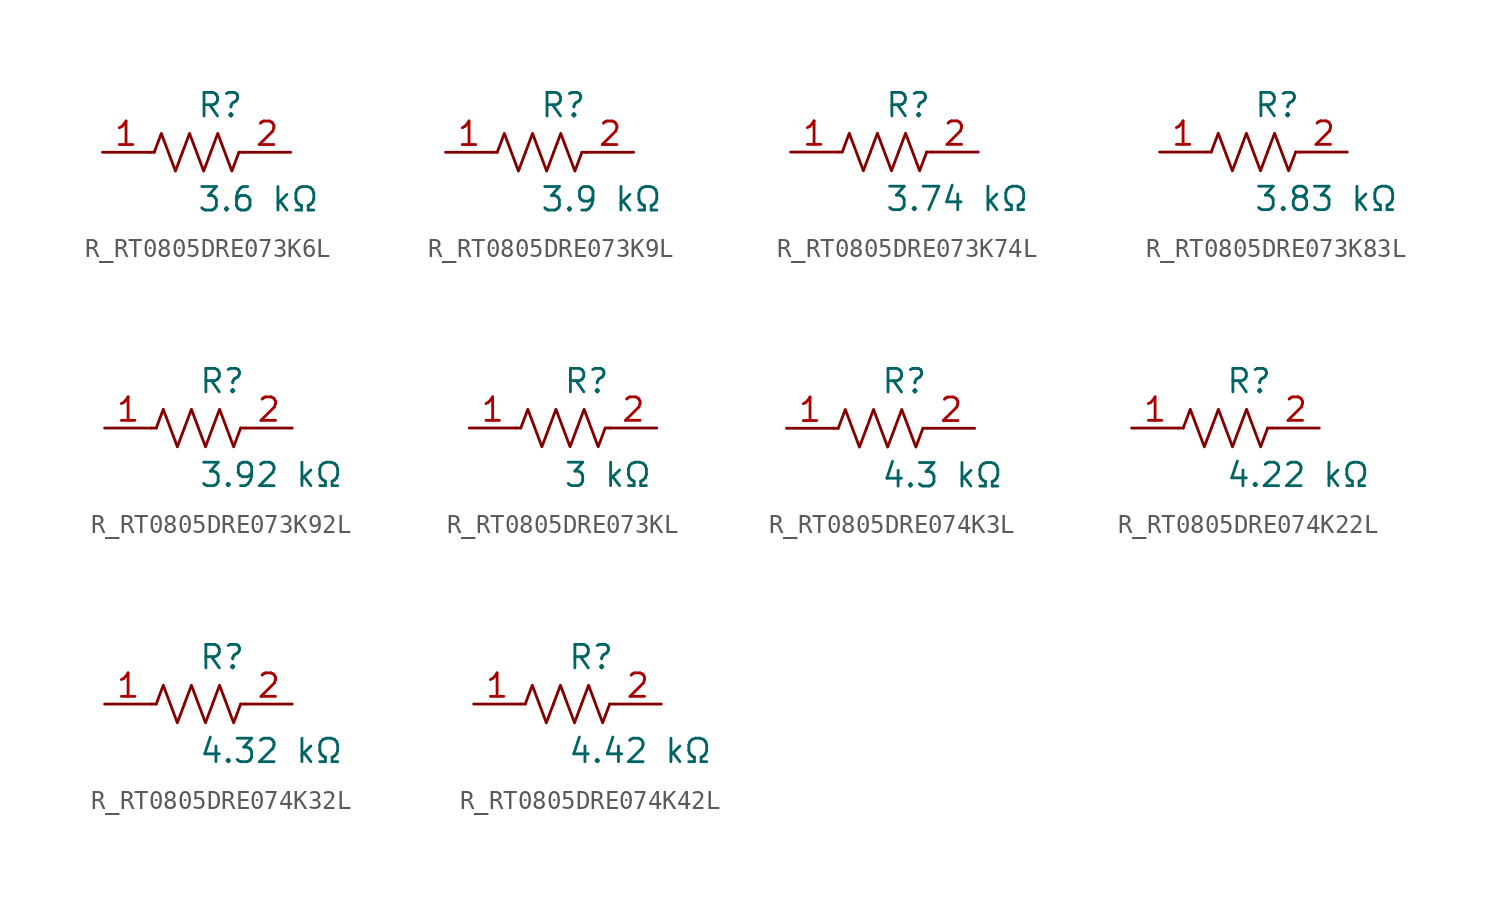
<source format=kicad_sym>
(kicad_symbol_lib
  (version 20231120)
  (generator kicad_symbol_editor)
  (generator_version 8.0)
  (symbol "R_RT0805DRE073K6L"
    (pin_names
      (offset 0.254))
    (property "Reference" "R"
      (at 0.0 2.54 0)
      (effects (font (size 1.27 1.27)) (justify left)))
    (property "Value" "3.6 kΩ"
      (at 0.0 -2.54 0)
      (effects (font (size 1.27 1.27)) (justify left)))
    (symbol "R_RT0805DRE073K6L_0_1"
      (polyline (pts (xy 2.286 0) (xy 2.54 0)) (stroke (width 0) (type default)) (fill (type none)))
      (polyline (pts (xy -2.286 0) (xy -2.54 0)) (stroke (width 0) (type default)) (fill (type none)))
      (polyline (pts (xy 0.762 0) (xy 1.143 1.016) (xy 1.524 0) (xy 1.905 -1.016) (xy 2.286 0)) (stroke (width 0) (type default)) (fill (type none)))
      (polyline (pts (xy -0.762 0) (xy -0.381 1.016) (xy 0 0) (xy 0.381 -1.016) (xy 0.762 0)) (stroke (width 0) (type default)) (fill (type none)))
      (polyline (pts (xy -2.286 0) (xy -1.905 1.016) (xy -1.524 0) (xy -1.143 -1.016) (xy -0.762 0)) (stroke (width 0) (type default)) (fill (type none))))
    (pin unspecified line
      (at -5.08 0 0)
      (length 2.54)
      (name "" (effects (font (size 1.27 1.27))))
      (number "1" (effects (font (size 1.27 1.27)))))
    (pin unspecified line
      (at 5.08 0 180)
      (length 2.54)
      (name "" (effects (font (size 1.27 1.27))))
      (number "2" (effects (font (size 1.27 1.27))))))
  (symbol "R_RT0805DRE073K9L"
    (pin_names
      (offset 0.254))
    (property "Reference" "R"
      (at 0.0 2.54 0)
      (effects (font (size 1.27 1.27)) (justify left)))
    (property "Value" "3.9 kΩ"
      (at 0.0 -2.54 0)
      (effects (font (size 1.27 1.27)) (justify left)))
    (symbol "R_RT0805DRE073K9L_0_1"
      (polyline (pts (xy 2.286 0) (xy 2.54 0)) (stroke (width 0) (type default)) (fill (type none)))
      (polyline (pts (xy -2.286 0) (xy -2.54 0)) (stroke (width 0) (type default)) (fill (type none)))
      (polyline (pts (xy 0.762 0) (xy 1.143 1.016) (xy 1.524 0) (xy 1.905 -1.016) (xy 2.286 0)) (stroke (width 0) (type default)) (fill (type none)))
      (polyline (pts (xy -0.762 0) (xy -0.381 1.016) (xy 0 0) (xy 0.381 -1.016) (xy 0.762 0)) (stroke (width 0) (type default)) (fill (type none)))
      (polyline (pts (xy -2.286 0) (xy -1.905 1.016) (xy -1.524 0) (xy -1.143 -1.016) (xy -0.762 0)) (stroke (width 0) (type default)) (fill (type none))))
    (pin unspecified line
      (at -5.08 0 0)
      (length 2.54)
      (name "" (effects (font (size 1.27 1.27))))
      (number "1" (effects (font (size 1.27 1.27)))))
    (pin unspecified line
      (at 5.08 0 180)
      (length 2.54)
      (name "" (effects (font (size 1.27 1.27))))
      (number "2" (effects (font (size 1.27 1.27))))))
  (symbol "R_RT0805DRE073K74L"
    (pin_names
      (offset 0.254))
    (property "Reference" "R"
      (at 0.0 2.54 0)
      (effects (font (size 1.27 1.27)) (justify left)))
    (property "Value" "3.74 kΩ"
      (at 0.0 -2.54 0)
      (effects (font (size 1.27 1.27)) (justify left)))
    (symbol "R_RT0805DRE073K74L_0_1"
      (polyline (pts (xy 2.286 0) (xy 2.54 0)) (stroke (width 0) (type default)) (fill (type none)))
      (polyline (pts (xy -2.286 0) (xy -2.54 0)) (stroke (width 0) (type default)) (fill (type none)))
      (polyline (pts (xy 0.762 0) (xy 1.143 1.016) (xy 1.524 0) (xy 1.905 -1.016) (xy 2.286 0)) (stroke (width 0) (type default)) (fill (type none)))
      (polyline (pts (xy -0.762 0) (xy -0.381 1.016) (xy 0 0) (xy 0.381 -1.016) (xy 0.762 0)) (stroke (width 0) (type default)) (fill (type none)))
      (polyline (pts (xy -2.286 0) (xy -1.905 1.016) (xy -1.524 0) (xy -1.143 -1.016) (xy -0.762 0)) (stroke (width 0) (type default)) (fill (type none))))
    (pin unspecified line
      (at -5.08 0 0)
      (length 2.54)
      (name "" (effects (font (size 1.27 1.27))))
      (number "1" (effects (font (size 1.27 1.27)))))
    (pin unspecified line
      (at 5.08 0 180)
      (length 2.54)
      (name "" (effects (font (size 1.27 1.27))))
      (number "2" (effects (font (size 1.27 1.27))))))
  (symbol "R_RT0805DRE073K83L"
    (pin_names
      (offset 0.254))
    (property "Reference" "R"
      (at 0.0 2.54 0)
      (effects (font (size 1.27 1.27)) (justify left)))
    (property "Value" "3.83 kΩ"
      (at 0.0 -2.54 0)
      (effects (font (size 1.27 1.27)) (justify left)))
    (symbol "R_RT0805DRE073K83L_0_1"
      (polyline (pts (xy 2.286 0) (xy 2.54 0)) (stroke (width 0) (type default)) (fill (type none)))
      (polyline (pts (xy -2.286 0) (xy -2.54 0)) (stroke (width 0) (type default)) (fill (type none)))
      (polyline (pts (xy 0.762 0) (xy 1.143 1.016) (xy 1.524 0) (xy 1.905 -1.016) (xy 2.286 0)) (stroke (width 0) (type default)) (fill (type none)))
      (polyline (pts (xy -0.762 0) (xy -0.381 1.016) (xy 0 0) (xy 0.381 -1.016) (xy 0.762 0)) (stroke (width 0) (type default)) (fill (type none)))
      (polyline (pts (xy -2.286 0) (xy -1.905 1.016) (xy -1.524 0) (xy -1.143 -1.016) (xy -0.762 0)) (stroke (width 0) (type default)) (fill (type none))))
    (pin unspecified line
      (at -5.08 0 0)
      (length 2.54)
      (name "" (effects (font (size 1.27 1.27))))
      (number "1" (effects (font (size 1.27 1.27)))))
    (pin unspecified line
      (at 5.08 0 180)
      (length 2.54)
      (name "" (effects (font (size 1.27 1.27))))
      (number "2" (effects (font (size 1.27 1.27))))))
  (symbol "R_RT0805DRE073K92L"
    (pin_names
      (offset 0.254))
    (property "Reference" "R"
      (at 0.0 2.54 0)
      (effects (font (size 1.27 1.27)) (justify left)))
    (property "Value" "3.92 kΩ"
      (at 0.0 -2.54 0)
      (effects (font (size 1.27 1.27)) (justify left)))
    (symbol "R_RT0805DRE073K92L_0_1"
      (polyline (pts (xy 2.286 0) (xy 2.54 0)) (stroke (width 0) (type default)) (fill (type none)))
      (polyline (pts (xy -2.286 0) (xy -2.54 0)) (stroke (width 0) (type default)) (fill (type none)))
      (polyline (pts (xy 0.762 0) (xy 1.143 1.016) (xy 1.524 0) (xy 1.905 -1.016) (xy 2.286 0)) (stroke (width 0) (type default)) (fill (type none)))
      (polyline (pts (xy -0.762 0) (xy -0.381 1.016) (xy 0 0) (xy 0.381 -1.016) (xy 0.762 0)) (stroke (width 0) (type default)) (fill (type none)))
      (polyline (pts (xy -2.286 0) (xy -1.905 1.016) (xy -1.524 0) (xy -1.143 -1.016) (xy -0.762 0)) (stroke (width 0) (type default)) (fill (type none))))
    (pin unspecified line
      (at -5.08 0 0)
      (length 2.54)
      (name "" (effects (font (size 1.27 1.27))))
      (number "1" (effects (font (size 1.27 1.27)))))
    (pin unspecified line
      (at 5.08 0 180)
      (length 2.54)
      (name "" (effects (font (size 1.27 1.27))))
      (number "2" (effects (font (size 1.27 1.27))))))
  (symbol "R_RT0805DRE073KL"
    (pin_names
      (offset 0.254))
    (property "Reference" "R"
      (at 0.0 2.54 0)
      (effects (font (size 1.27 1.27)) (justify left)))
    (property "Value" "3 kΩ"
      (at 0.0 -2.54 0)
      (effects (font (size 1.27 1.27)) (justify left)))
    (symbol "R_RT0805DRE073KL_0_1"
      (polyline (pts (xy 2.286 0) (xy 2.54 0)) (stroke (width 0) (type default)) (fill (type none)))
      (polyline (pts (xy -2.286 0) (xy -2.54 0)) (stroke (width 0) (type default)) (fill (type none)))
      (polyline (pts (xy 0.762 0) (xy 1.143 1.016) (xy 1.524 0) (xy 1.905 -1.016) (xy 2.286 0)) (stroke (width 0) (type default)) (fill (type none)))
      (polyline (pts (xy -0.762 0) (xy -0.381 1.016) (xy 0 0) (xy 0.381 -1.016) (xy 0.762 0)) (stroke (width 0) (type default)) (fill (type none)))
      (polyline (pts (xy -2.286 0) (xy -1.905 1.016) (xy -1.524 0) (xy -1.143 -1.016) (xy -0.762 0)) (stroke (width 0) (type default)) (fill (type none))))
    (pin unspecified line
      (at -5.08 0 0)
      (length 2.54)
      (name "" (effects (font (size 1.27 1.27))))
      (number "1" (effects (font (size 1.27 1.27)))))
    (pin unspecified line
      (at 5.08 0 180)
      (length 2.54)
      (name "" (effects (font (size 1.27 1.27))))
      (number "2" (effects (font (size 1.27 1.27))))))
  (symbol "R_RT0805DRE074K3L"
    (pin_names
      (offset 0.254))
    (property "Reference" "R"
      (at 0.0 2.54 0)
      (effects (font (size 1.27 1.27)) (justify left)))
    (property "Value" "4.3 kΩ"
      (at 0.0 -2.54 0)
      (effects (font (size 1.27 1.27)) (justify left)))
    (symbol "R_RT0805DRE074K3L_0_1"
      (polyline (pts (xy 2.286 0) (xy 2.54 0)) (stroke (width 0) (type default)) (fill (type none)))
      (polyline (pts (xy -2.286 0) (xy -2.54 0)) (stroke (width 0) (type default)) (fill (type none)))
      (polyline (pts (xy 0.762 0) (xy 1.143 1.016) (xy 1.524 0) (xy 1.905 -1.016) (xy 2.286 0)) (stroke (width 0) (type default)) (fill (type none)))
      (polyline (pts (xy -0.762 0) (xy -0.381 1.016) (xy 0 0) (xy 0.381 -1.016) (xy 0.762 0)) (stroke (width 0) (type default)) (fill (type none)))
      (polyline (pts (xy -2.286 0) (xy -1.905 1.016) (xy -1.524 0) (xy -1.143 -1.016) (xy -0.762 0)) (stroke (width 0) (type default)) (fill (type none))))
    (pin unspecified line
      (at -5.08 0 0)
      (length 2.54)
      (name "" (effects (font (size 1.27 1.27))))
      (number "1" (effects (font (size 1.27 1.27)))))
    (pin unspecified line
      (at 5.08 0 180)
      (length 2.54)
      (name "" (effects (font (size 1.27 1.27))))
      (number "2" (effects (font (size 1.27 1.27))))))
  (symbol "R_RT0805DRE074K22L"
    (pin_names
      (offset 0.254))
    (property "Reference" "R"
      (at 0.0 2.54 0)
      (effects (font (size 1.27 1.27)) (justify left)))
    (property "Value" "4.22 kΩ"
      (at 0.0 -2.54 0)
      (effects (font (size 1.27 1.27)) (justify left)))
    (symbol "R_RT0805DRE074K22L_0_1"
      (polyline (pts (xy 2.286 0) (xy 2.54 0)) (stroke (width 0) (type default)) (fill (type none)))
      (polyline (pts (xy -2.286 0) (xy -2.54 0)) (stroke (width 0) (type default)) (fill (type none)))
      (polyline (pts (xy 0.762 0) (xy 1.143 1.016) (xy 1.524 0) (xy 1.905 -1.016) (xy 2.286 0)) (stroke (width 0) (type default)) (fill (type none)))
      (polyline (pts (xy -0.762 0) (xy -0.381 1.016) (xy 0 0) (xy 0.381 -1.016) (xy 0.762 0)) (stroke (width 0) (type default)) (fill (type none)))
      (polyline (pts (xy -2.286 0) (xy -1.905 1.016) (xy -1.524 0) (xy -1.143 -1.016) (xy -0.762 0)) (stroke (width 0) (type default)) (fill (type none))))
    (pin unspecified line
      (at -5.08 0 0)
      (length 2.54)
      (name "" (effects (font (size 1.27 1.27))))
      (number "1" (effects (font (size 1.27 1.27)))))
    (pin unspecified line
      (at 5.08 0 180)
      (length 2.54)
      (name "" (effects (font (size 1.27 1.27))))
      (number "2" (effects (font (size 1.27 1.27))))))
  (symbol "R_RT0805DRE074K32L"
    (pin_names
      (offset 0.254))
    (property "Reference" "R"
      (at 0.0 2.54 0)
      (effects (font (size 1.27 1.27)) (justify left)))
    (property "Value" "4.32 kΩ"
      (at 0.0 -2.54 0)
      (effects (font (size 1.27 1.27)) (justify left)))
    (symbol "R_RT0805DRE074K32L_0_1"
      (polyline (pts (xy 2.286 0) (xy 2.54 0)) (stroke (width 0) (type default)) (fill (type none)))
      (polyline (pts (xy -2.286 0) (xy -2.54 0)) (stroke (width 0) (type default)) (fill (type none)))
      (polyline (pts (xy 0.762 0) (xy 1.143 1.016) (xy 1.524 0) (xy 1.905 -1.016) (xy 2.286 0)) (stroke (width 0) (type default)) (fill (type none)))
      (polyline (pts (xy -0.762 0) (xy -0.381 1.016) (xy 0 0) (xy 0.381 -1.016) (xy 0.762 0)) (stroke (width 0) (type default)) (fill (type none)))
      (polyline (pts (xy -2.286 0) (xy -1.905 1.016) (xy -1.524 0) (xy -1.143 -1.016) (xy -0.762 0)) (stroke (width 0) (type default)) (fill (type none))))
    (pin unspecified line
      (at -5.08 0 0)
      (length 2.54)
      (name "" (effects (font (size 1.27 1.27))))
      (number "1" (effects (font (size 1.27 1.27)))))
    (pin unspecified line
      (at 5.08 0 180)
      (length 2.54)
      (name "" (effects (font (size 1.27 1.27))))
      (number "2" (effects (font (size 1.27 1.27))))))
  (symbol "R_RT0805DRE074K42L"
    (pin_names
      (offset 0.254))
    (property "Reference" "R"
      (at 0.0 2.54 0)
      (effects (font (size 1.27 1.27)) (justify left)))
    (property "Value" "4.42 kΩ"
      (at 0.0 -2.54 0)
      (effects (font (size 1.27 1.27)) (justify left)))
    (symbol "R_RT0805DRE074K42L_0_1"
      (polyline (pts (xy 2.286 0) (xy 2.54 0)) (stroke (width 0) (type default)) (fill (type none)))
      (polyline (pts (xy -2.286 0) (xy -2.54 0)) (stroke (width 0) (type default)) (fill (type none)))
      (polyline (pts (xy 0.762 0) (xy 1.143 1.016) (xy 1.524 0) (xy 1.905 -1.016) (xy 2.286 0)) (stroke (width 0) (type default)) (fill (type none)))
      (polyline (pts (xy -0.762 0) (xy -0.381 1.016) (xy 0 0) (xy 0.381 -1.016) (xy 0.762 0)) (stroke (width 0) (type default)) (fill (type none)))
      (polyline (pts (xy -2.286 0) (xy -1.905 1.016) (xy -1.524 0) (xy -1.143 -1.016) (xy -0.762 0)) (stroke (width 0) (type default)) (fill (type none))))
    (pin unspecified line
      (at -5.08 0 0)
      (length 2.54)
      (name "" (effects (font (size 1.27 1.27))))
      (number "1" (effects (font (size 1.27 1.27)))))
    (pin unspecified line
      (at 5.08 0 180)
      (length 2.54)
      (name "" (effects (font (size 1.27 1.27))))
      (number "2" (effects (font (size 1.27 1.27)))))))
</source>
